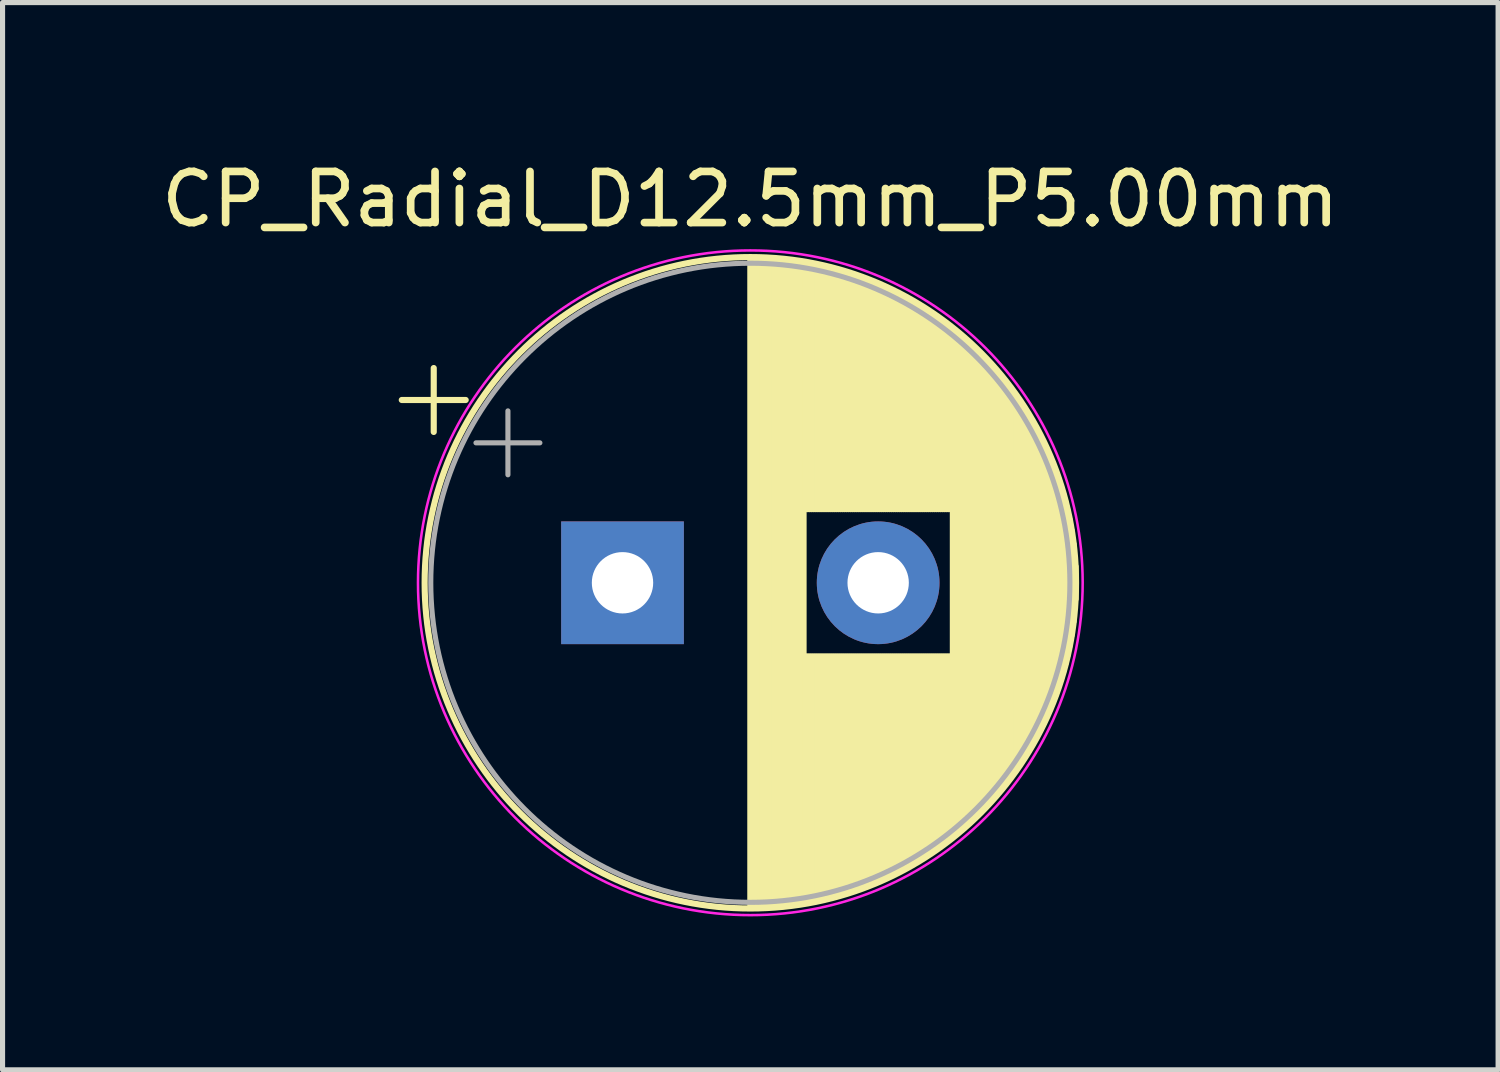
<source format=kicad_pcb>
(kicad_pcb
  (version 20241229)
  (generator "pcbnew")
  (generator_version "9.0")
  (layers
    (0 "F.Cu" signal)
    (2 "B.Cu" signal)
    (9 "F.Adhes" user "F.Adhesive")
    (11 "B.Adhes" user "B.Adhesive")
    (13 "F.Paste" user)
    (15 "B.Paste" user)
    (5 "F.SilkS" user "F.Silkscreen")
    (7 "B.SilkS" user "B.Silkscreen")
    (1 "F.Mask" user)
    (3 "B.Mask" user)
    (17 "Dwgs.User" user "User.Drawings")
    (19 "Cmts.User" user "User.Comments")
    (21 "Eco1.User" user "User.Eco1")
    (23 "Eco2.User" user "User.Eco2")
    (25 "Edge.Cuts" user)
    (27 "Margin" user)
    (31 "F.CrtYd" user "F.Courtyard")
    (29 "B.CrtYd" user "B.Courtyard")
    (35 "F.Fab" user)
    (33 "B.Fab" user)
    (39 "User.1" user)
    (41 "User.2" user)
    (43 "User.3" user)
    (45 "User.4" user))
  (footprint "CP_Radial_D12.5mm_P5.00mm"
    (layer "F.Cu")
    (at 9.125 8.348)
    (property "Reference" "CP_Radial_D12.5mm_P5.00mm" (at 2.5 -7.5 0) (layer "F.SilkS") (effects (font (size 1 1) (thickness 0.15))))
    (attr through_hole)
    (fp_line (start -4.317 -3.575) (end -3.067 -3.575) (stroke (width 0.12) (type solid)) (layer "F.SilkS"))
    (fp_line (start -3.692 -4.2) (end -3.692 -2.95) (stroke (width 0.12) (type solid)) (layer "F.SilkS"))
    (fp_line (start 2.5 -6.33) (end 2.5 6.33) (stroke (width 0.12) (type solid)) (layer "F.SilkS"))
    (fp_line (start 2.54 -6.33) (end 2.54 6.33) (stroke (width 0.12) (type solid)) (layer "F.SilkS"))
    (fp_line (start 2.58 -6.33) (end 2.58 6.33) (stroke (width 0.12) (type solid)) (layer "F.SilkS"))
    (fp_line (start 2.62 -6.329) (end 2.62 6.329) (stroke (width 0.12) (type solid)) (layer "F.SilkS"))
    (fp_line (start 2.66 -6.328) (end 2.66 6.328) (stroke (width 0.12) (type solid)) (layer "F.SilkS"))
    (fp_line (start 2.7 -6.327) (end 2.7 6.327) (stroke (width 0.12) (type solid)) (layer "F.SilkS"))
    (fp_line (start 2.74 -6.326) (end 2.74 6.326) (stroke (width 0.12) (type solid)) (layer "F.SilkS"))
    (fp_line (start 2.78 -6.324) (end 2.78 6.324) (stroke (width 0.12) (type solid)) (layer "F.SilkS"))
    (fp_line (start 2.82 -6.322) (end 2.82 6.322) (stroke (width 0.12) (type solid)) (layer "F.SilkS"))
    (fp_line (start 2.86 -6.32) (end 2.86 6.32) (stroke (width 0.12) (type solid)) (layer "F.SilkS"))
    (fp_line (start 2.9 -6.318) (end 2.9 6.318) (stroke (width 0.12) (type solid)) (layer "F.SilkS"))
    (fp_line (start 2.94 -6.315) (end 2.94 6.315) (stroke (width 0.12) (type solid)) (layer "F.SilkS"))
    (fp_line (start 2.98 -6.312) (end 2.98 6.312) (stroke (width 0.12) (type solid)) (layer "F.SilkS"))
    (fp_line (start 3.02 -6.309) (end 3.02 6.309) (stroke (width 0.12) (type solid)) (layer "F.SilkS"))
    (fp_line (start 3.06 -6.306) (end 3.06 6.306) (stroke (width 0.12) (type solid)) (layer "F.SilkS"))
    (fp_line (start 3.1 -6.302) (end 3.1 6.302) (stroke (width 0.12) (type solid)) (layer "F.SilkS"))
    (fp_line (start 3.14 -6.298) (end 3.14 6.298) (stroke (width 0.12) (type solid)) (layer "F.SilkS"))
    (fp_line (start 3.18 -6.294) (end 3.18 6.294) (stroke (width 0.12) (type solid)) (layer "F.SilkS"))
    (fp_line (start 3.221 -6.29) (end 3.221 6.29) (stroke (width 0.12) (type solid)) (layer "F.SilkS"))
    (fp_line (start 3.261 -6.285) (end 3.261 6.285) (stroke (width 0.12) (type solid)) (layer "F.SilkS"))
    (fp_line (start 3.301 -6.28) (end 3.301 6.28) (stroke (width 0.12) (type solid)) (layer "F.SilkS"))
    (fp_line (start 3.341 -6.275) (end 3.341 6.275) (stroke (width 0.12) (type solid)) (layer "F.SilkS"))
    (fp_line (start 3.381 -6.269) (end 3.381 6.269) (stroke (width 0.12) (type solid)) (layer "F.SilkS"))
    (fp_line (start 3.421 -6.264) (end 3.421 6.264) (stroke (width 0.12) (type solid)) (layer "F.SilkS"))
    (fp_line (start 3.461 -6.258) (end 3.461 6.258) (stroke (width 0.12) (type solid)) (layer "F.SilkS"))
    (fp_line (start 3.501 -6.252) (end 3.501 6.252) (stroke (width 0.12) (type solid)) (layer "F.SilkS"))
    (fp_line (start 3.541 -6.245) (end 3.541 6.245) (stroke (width 0.12) (type solid)) (layer "F.SilkS"))
    (fp_line (start 3.581 -6.238) (end 3.581 -1.44) (stroke (width 0.12) (type solid)) (layer "F.SilkS"))
    (fp_line (start 3.581 1.44) (end 3.581 6.238) (stroke (width 0.12) (type solid)) (layer "F.SilkS"))
    (fp_line (start 3.621 -6.231) (end 3.621 -1.44) (stroke (width 0.12) (type solid)) (layer "F.SilkS"))
    (fp_line (start 3.621 1.44) (end 3.621 6.231) (stroke (width 0.12) (type solid)) (layer "F.SilkS"))
    (fp_line (start 3.661 -6.224) (end 3.661 -1.44) (stroke (width 0.12) (type solid)) (layer "F.SilkS"))
    (fp_line (start 3.661 1.44) (end 3.661 6.224) (stroke (width 0.12) (type solid)) (layer "F.SilkS"))
    (fp_line (start 3.701 -6.216) (end 3.701 -1.44) (stroke (width 0.12) (type solid)) (layer "F.SilkS"))
    (fp_line (start 3.701 1.44) (end 3.701 6.216) (stroke (width 0.12) (type solid)) (layer "F.SilkS"))
    (fp_line (start 3.741 -6.209) (end 3.741 -1.44) (stroke (width 0.12) (type solid)) (layer "F.SilkS"))
    (fp_line (start 3.741 1.44) (end 3.741 6.209) (stroke (width 0.12) (type solid)) (layer "F.SilkS"))
    (fp_line (start 3.781 -6.201) (end 3.781 -1.44) (stroke (width 0.12) (type solid)) (layer "F.SilkS"))
    (fp_line (start 3.781 1.44) (end 3.781 6.201) (stroke (width 0.12) (type solid)) (layer "F.SilkS"))
    (fp_line (start 3.821 -6.192) (end 3.821 -1.44) (stroke (width 0.12) (type solid)) (layer "F.SilkS"))
    (fp_line (start 3.821 1.44) (end 3.821 6.192) (stroke (width 0.12) (type solid)) (layer "F.SilkS"))
    (fp_line (start 3.861 -6.184) (end 3.861 -1.44) (stroke (width 0.12) (type solid)) (layer "F.SilkS"))
    (fp_line (start 3.861 1.44) (end 3.861 6.184) (stroke (width 0.12) (type solid)) (layer "F.SilkS"))
    (fp_line (start 3.901 -6.175) (end 3.901 -1.44) (stroke (width 0.12) (type solid)) (layer "F.SilkS"))
    (fp_line (start 3.901 1.44) (end 3.901 6.175) (stroke (width 0.12) (type solid)) (layer "F.SilkS"))
    (fp_line (start 3.941 -6.166) (end 3.941 -1.44) (stroke (width 0.12) (type solid)) (layer "F.SilkS"))
    (fp_line (start 3.941 1.44) (end 3.941 6.166) (stroke (width 0.12) (type solid)) (layer "F.SilkS"))
    (fp_line (start 3.981 -6.156) (end 3.981 -1.44) (stroke (width 0.12) (type solid)) (layer "F.SilkS"))
    (fp_line (start 3.981 1.44) (end 3.981 6.156) (stroke (width 0.12) (type solid)) (layer "F.SilkS"))
    (fp_line (start 4.021 -6.146) (end 4.021 -1.44) (stroke (width 0.12) (type solid)) (layer "F.SilkS"))
    (fp_line (start 4.021 1.44) (end 4.021 6.146) (stroke (width 0.12) (type solid)) (layer "F.SilkS"))
    (fp_line (start 4.061 -6.137) (end 4.061 -1.44) (stroke (width 0.12) (type solid)) (layer "F.SilkS"))
    (fp_line (start 4.061 1.44) (end 4.061 6.137) (stroke (width 0.12) (type solid)) (layer "F.SilkS"))
    (fp_line (start 4.101 -6.126) (end 4.101 -1.44) (stroke (width 0.12) (type solid)) (layer "F.SilkS"))
    (fp_line (start 4.101 1.44) (end 4.101 6.126) (stroke (width 0.12) (type solid)) (layer "F.SilkS"))
    (fp_line (start 4.141 -6.116) (end 4.141 -1.44) (stroke (width 0.12) (type solid)) (layer "F.SilkS"))
    (fp_line (start 4.141 1.44) (end 4.141 6.116) (stroke (width 0.12) (type solid)) (layer "F.SilkS"))
    (fp_line (start 4.181 -6.105) (end 4.181 -1.44) (stroke (width 0.12) (type solid)) (layer "F.SilkS"))
    (fp_line (start 4.181 1.44) (end 4.181 6.105) (stroke (width 0.12) (type solid)) (layer "F.SilkS"))
    (fp_line (start 4.221 -6.094) (end 4.221 -1.44) (stroke (width 0.12) (type solid)) (layer "F.SilkS"))
    (fp_line (start 4.221 1.44) (end 4.221 6.094) (stroke (width 0.12) (type solid)) (layer "F.SilkS"))
    (fp_line (start 4.261 -6.083) (end 4.261 -1.44) (stroke (width 0.12) (type solid)) (layer "F.SilkS"))
    (fp_line (start 4.261 1.44) (end 4.261 6.083) (stroke (width 0.12) (type solid)) (layer "F.SilkS"))
    (fp_line (start 4.301 -6.071) (end 4.301 -1.44) (stroke (width 0.12) (type solid)) (layer "F.SilkS"))
    (fp_line (start 4.301 1.44) (end 4.301 6.071) (stroke (width 0.12) (type solid)) (layer "F.SilkS"))
    (fp_line (start 4.341 -6.059) (end 4.341 -1.44) (stroke (width 0.12) (type solid)) (layer "F.SilkS"))
    (fp_line (start 4.341 1.44) (end 4.341 6.059) (stroke (width 0.12) (type solid)) (layer "F.SilkS"))
    (fp_line (start 4.381 -6.047) (end 4.381 -1.44) (stroke (width 0.12) (type solid)) (layer "F.SilkS"))
    (fp_line (start 4.381 1.44) (end 4.381 6.047) (stroke (width 0.12) (type solid)) (layer "F.SilkS"))
    (fp_line (start 4.421 -6.034) (end 4.421 -1.44) (stroke (width 0.12) (type solid)) (layer "F.SilkS"))
    (fp_line (start 4.421 1.44) (end 4.421 6.034) (stroke (width 0.12) (type solid)) (layer "F.SilkS"))
    (fp_line (start 4.461 -6.021) (end 4.461 -1.44) (stroke (width 0.12) (type solid)) (layer "F.SilkS"))
    (fp_line (start 4.461 1.44) (end 4.461 6.021) (stroke (width 0.12) (type solid)) (layer "F.SilkS"))
    (fp_line (start 4.501 -6.008) (end 4.501 -1.44) (stroke (width 0.12) (type solid)) (layer "F.SilkS"))
    (fp_line (start 4.501 1.44) (end 4.501 6.008) (stroke (width 0.12) (type solid)) (layer "F.SilkS"))
    (fp_line (start 4.541 -5.995) (end 4.541 -1.44) (stroke (width 0.12) (type solid)) (layer "F.SilkS"))
    (fp_line (start 4.541 1.44) (end 4.541 5.995) (stroke (width 0.12) (type solid)) (layer "F.SilkS"))
    (fp_line (start 4.581 -5.981) (end 4.581 -1.44) (stroke (width 0.12) (type solid)) (layer "F.SilkS"))
    (fp_line (start 4.581 1.44) (end 4.581 5.981) (stroke (width 0.12) (type solid)) (layer "F.SilkS"))
    (fp_line (start 4.621 -5.967) (end 4.621 -1.44) (stroke (width 0.12) (type solid)) (layer "F.SilkS"))
    (fp_line (start 4.621 1.44) (end 4.621 5.967) (stroke (width 0.12) (type solid)) (layer "F.SilkS"))
    (fp_line (start 4.661 -5.953) (end 4.661 -1.44) (stroke (width 0.12) (type solid)) (layer "F.SilkS"))
    (fp_line (start 4.661 1.44) (end 4.661 5.953) (stroke (width 0.12) (type solid)) (layer "F.SilkS"))
    (fp_line (start 4.701 -5.939) (end 4.701 -1.44) (stroke (width 0.12) (type solid)) (layer "F.SilkS"))
    (fp_line (start 4.701 1.44) (end 4.701 5.939) (stroke (width 0.12) (type solid)) (layer "F.SilkS"))
    (fp_line (start 4.741 -5.924) (end 4.741 -1.44) (stroke (width 0.12) (type solid)) (layer "F.SilkS"))
    (fp_line (start 4.741 1.44) (end 4.741 5.924) (stroke (width 0.12) (type solid)) (layer "F.SilkS"))
    (fp_line (start 4.781 -5.908) (end 4.781 -1.44) (stroke (width 0.12) (type solid)) (layer "F.SilkS"))
    (fp_line (start 4.781 1.44) (end 4.781 5.908) (stroke (width 0.12) (type solid)) (layer "F.SilkS"))
    (fp_line (start 4.821 -5.893) (end 4.821 -1.44) (stroke (width 0.12) (type solid)) (layer "F.SilkS"))
    (fp_line (start 4.821 1.44) (end 4.821 5.893) (stroke (width 0.12) (type solid)) (layer "F.SilkS"))
    (fp_line (start 4.861 -5.877) (end 4.861 -1.44) (stroke (width 0.12) (type solid)) (layer "F.SilkS"))
    (fp_line (start 4.861 1.44) (end 4.861 5.877) (stroke (width 0.12) (type solid)) (layer "F.SilkS"))
    (fp_line (start 4.901 -5.861) (end 4.901 -1.44) (stroke (width 0.12) (type solid)) (layer "F.SilkS"))
    (fp_line (start 4.901 1.44) (end 4.901 5.861) (stroke (width 0.12) (type solid)) (layer "F.SilkS"))
    (fp_line (start 4.941 -5.845) (end 4.941 -1.44) (stroke (width 0.12) (type solid)) (layer "F.SilkS"))
    (fp_line (start 4.941 1.44) (end 4.941 5.845) (stroke (width 0.12) (type solid)) (layer "F.SilkS"))
    (fp_line (start 4.981 -5.828) (end 4.981 -1.44) (stroke (width 0.12) (type solid)) (layer "F.SilkS"))
    (fp_line (start 4.981 1.44) (end 4.981 5.828) (stroke (width 0.12) (type solid)) (layer "F.SilkS"))
    (fp_line (start 5.021 -5.811) (end 5.021 -1.44) (stroke (width 0.12) (type solid)) (layer "F.SilkS"))
    (fp_line (start 5.021 1.44) (end 5.021 5.811) (stroke (width 0.12) (type solid)) (layer "F.SilkS"))
    (fp_line (start 5.061 -5.793) (end 5.061 -1.44) (stroke (width 0.12) (type solid)) (layer "F.SilkS"))
    (fp_line (start 5.061 1.44) (end 5.061 5.793) (stroke (width 0.12) (type solid)) (layer "F.SilkS"))
    (fp_line (start 5.101 -5.776) (end 5.101 -1.44) (stroke (width 0.12) (type solid)) (layer "F.SilkS"))
    (fp_line (start 5.101 1.44) (end 5.101 5.776) (stroke (width 0.12) (type solid)) (layer "F.SilkS"))
    (fp_line (start 5.141 -5.758) (end 5.141 -1.44) (stroke (width 0.12) (type solid)) (layer "F.SilkS"))
    (fp_line (start 5.141 1.44) (end 5.141 5.758) (stroke (width 0.12) (type solid)) (layer "F.SilkS"))
    (fp_line (start 5.181 -5.739) (end 5.181 -1.44) (stroke (width 0.12) (type solid)) (layer "F.SilkS"))
    (fp_line (start 5.181 1.44) (end 5.181 5.739) (stroke (width 0.12) (type solid)) (layer "F.SilkS"))
    (fp_line (start 5.221 -5.721) (end 5.221 -1.44) (stroke (width 0.12) (type solid)) (layer "F.SilkS"))
    (fp_line (start 5.221 1.44) (end 5.221 5.721) (stroke (width 0.12) (type solid)) (layer "F.SilkS"))
    (fp_line (start 5.261 -5.702) (end 5.261 -1.44) (stroke (width 0.12) (type solid)) (layer "F.SilkS"))
    (fp_line (start 5.261 1.44) (end 5.261 5.702) (stroke (width 0.12) (type solid)) (layer "F.SilkS"))
    (fp_line (start 5.301 -5.682) (end 5.301 -1.44) (stroke (width 0.12) (type solid)) (layer "F.SilkS"))
    (fp_line (start 5.301 1.44) (end 5.301 5.682) (stroke (width 0.12) (type solid)) (layer "F.SilkS"))
    (fp_line (start 5.341 -5.662) (end 5.341 -1.44) (stroke (width 0.12) (type solid)) (layer "F.SilkS"))
    (fp_line (start 5.341 1.44) (end 5.341 5.662) (stroke (width 0.12) (type solid)) (layer "F.SilkS"))
    (fp_line (start 5.381 -5.642) (end 5.381 -1.44) (stroke (width 0.12) (type solid)) (layer "F.SilkS"))
    (fp_line (start 5.381 1.44) (end 5.381 5.642) (stroke (width 0.12) (type solid)) (layer "F.SilkS"))
    (fp_line (start 5.421 -5.622) (end 5.421 -1.44) (stroke (width 0.12) (type solid)) (layer "F.SilkS"))
    (fp_line (start 5.421 1.44) (end 5.421 5.622) (stroke (width 0.12) (type solid)) (layer "F.SilkS"))
    (fp_line (start 5.461 -5.601) (end 5.461 -1.44) (stroke (width 0.12) (type solid)) (layer "F.SilkS"))
    (fp_line (start 5.461 1.44) (end 5.461 5.601) (stroke (width 0.12) (type solid)) (layer "F.SilkS"))
    (fp_line (start 5.501 -5.58) (end 5.501 -1.44) (stroke (width 0.12) (type solid)) (layer "F.SilkS"))
    (fp_line (start 5.501 1.44) (end 5.501 5.58) (stroke (width 0.12) (type solid)) (layer "F.SilkS"))
    (fp_line (start 5.541 -5.558) (end 5.541 -1.44) (stroke (width 0.12) (type solid)) (layer "F.SilkS"))
    (fp_line (start 5.541 1.44) (end 5.541 5.558) (stroke (width 0.12) (type solid)) (layer "F.SilkS"))
    (fp_line (start 5.581 -5.536) (end 5.581 -1.44) (stroke (width 0.12) (type solid)) (layer "F.SilkS"))
    (fp_line (start 5.581 1.44) (end 5.581 5.536) (stroke (width 0.12) (type solid)) (layer "F.SilkS"))
    (fp_line (start 5.621 -5.514) (end 5.621 -1.44) (stroke (width 0.12) (type solid)) (layer "F.SilkS"))
    (fp_line (start 5.621 1.44) (end 5.621 5.514) (stroke (width 0.12) (type solid)) (layer "F.SilkS"))
    (fp_line (start 5.661 -5.491) (end 5.661 -1.44) (stroke (width 0.12) (type solid)) (layer "F.SilkS"))
    (fp_line (start 5.661 1.44) (end 5.661 5.491) (stroke (width 0.12) (type solid)) (layer "F.SilkS"))
    (fp_line (start 5.701 -5.468) (end 5.701 -1.44) (stroke (width 0.12) (type solid)) (layer "F.SilkS"))
    (fp_line (start 5.701 1.44) (end 5.701 5.468) (stroke (width 0.12) (type solid)) (layer "F.SilkS"))
    (fp_line (start 5.741 -5.445) (end 5.741 -1.44) (stroke (width 0.12) (type solid)) (layer "F.SilkS"))
    (fp_line (start 5.741 1.44) (end 5.741 5.445) (stroke (width 0.12) (type solid)) (layer "F.SilkS"))
    (fp_line (start 5.781 -5.421) (end 5.781 -1.44) (stroke (width 0.12) (type solid)) (layer "F.SilkS"))
    (fp_line (start 5.781 1.44) (end 5.781 5.421) (stroke (width 0.12) (type solid)) (layer "F.SilkS"))
    (fp_line (start 5.821 -5.397) (end 5.821 -1.44) (stroke (width 0.12) (type solid)) (layer "F.SilkS"))
    (fp_line (start 5.821 1.44) (end 5.821 5.397) (stroke (width 0.12) (type solid)) (layer "F.SilkS"))
    (fp_line (start 5.861 -5.372) (end 5.861 -1.44) (stroke (width 0.12) (type solid)) (layer "F.SilkS"))
    (fp_line (start 5.861 1.44) (end 5.861 5.372) (stroke (width 0.12) (type solid)) (layer "F.SilkS"))
    (fp_line (start 5.901 -5.347) (end 5.901 -1.44) (stroke (width 0.12) (type solid)) (layer "F.SilkS"))
    (fp_line (start 5.901 1.44) (end 5.901 5.347) (stroke (width 0.12) (type solid)) (layer "F.SilkS"))
    (fp_line (start 5.941 -5.322) (end 5.941 -1.44) (stroke (width 0.12) (type solid)) (layer "F.SilkS"))
    (fp_line (start 5.941 1.44) (end 5.941 5.322) (stroke (width 0.12) (type solid)) (layer "F.SilkS"))
    (fp_line (start 5.981 -5.296) (end 5.981 -1.44) (stroke (width 0.12) (type solid)) (layer "F.SilkS"))
    (fp_line (start 5.981 1.44) (end 5.981 5.296) (stroke (width 0.12) (type solid)) (layer "F.SilkS"))
    (fp_line (start 6.021 -5.27) (end 6.021 -1.44) (stroke (width 0.12) (type solid)) (layer "F.SilkS"))
    (fp_line (start 6.021 1.44) (end 6.021 5.27) (stroke (width 0.12) (type solid)) (layer "F.SilkS"))
    (fp_line (start 6.061 -5.243) (end 6.061 -1.44) (stroke (width 0.12) (type solid)) (layer "F.SilkS"))
    (fp_line (start 6.061 1.44) (end 6.061 5.243) (stroke (width 0.12) (type solid)) (layer "F.SilkS"))
    (fp_line (start 6.101 -5.216) (end 6.101 -1.44) (stroke (width 0.12) (type solid)) (layer "F.SilkS"))
    (fp_line (start 6.101 1.44) (end 6.101 5.216) (stroke (width 0.12) (type solid)) (layer "F.SilkS"))
    (fp_line (start 6.141 -5.188) (end 6.141 -1.44) (stroke (width 0.12) (type solid)) (layer "F.SilkS"))
    (fp_line (start 6.141 1.44) (end 6.141 5.188) (stroke (width 0.12) (type solid)) (layer "F.SilkS"))
    (fp_line (start 6.181 -5.16) (end 6.181 -1.44) (stroke (width 0.12) (type solid)) (layer "F.SilkS"))
    (fp_line (start 6.181 1.44) (end 6.181 5.16) (stroke (width 0.12) (type solid)) (layer "F.SilkS"))
    (fp_line (start 6.221 -5.131) (end 6.221 -1.44) (stroke (width 0.12) (type solid)) (layer "F.SilkS"))
    (fp_line (start 6.221 1.44) (end 6.221 5.131) (stroke (width 0.12) (type solid)) (layer "F.SilkS"))
    (fp_line (start 6.261 -5.102) (end 6.261 -1.44) (stroke (width 0.12) (type solid)) (layer "F.SilkS"))
    (fp_line (start 6.261 1.44) (end 6.261 5.102) (stroke (width 0.12) (type solid)) (layer "F.SilkS"))
    (fp_line (start 6.301 -5.073) (end 6.301 -1.44) (stroke (width 0.12) (type solid)) (layer "F.SilkS"))
    (fp_line (start 6.301 1.44) (end 6.301 5.073) (stroke (width 0.12) (type solid)) (layer "F.SilkS"))
    (fp_line (start 6.341 -5.043) (end 6.341 -1.44) (stroke (width 0.12) (type solid)) (layer "F.SilkS"))
    (fp_line (start 6.341 1.44) (end 6.341 5.043) (stroke (width 0.12) (type solid)) (layer "F.SilkS"))
    (fp_line (start 6.381 -5.012) (end 6.381 -1.44) (stroke (width 0.12) (type solid)) (layer "F.SilkS"))
    (fp_line (start 6.381 1.44) (end 6.381 5.012) (stroke (width 0.12) (type solid)) (layer "F.SilkS"))
    (fp_line (start 6.421 -4.982) (end 6.421 -1.44) (stroke (width 0.12) (type solid)) (layer "F.SilkS"))
    (fp_line (start 6.421 1.44) (end 6.421 4.982) (stroke (width 0.12) (type solid)) (layer "F.SilkS"))
    (fp_line (start 6.461 -4.95) (end 6.461 4.95) (stroke (width 0.12) (type solid)) (layer "F.SilkS"))
    (fp_line (start 6.501 -4.918) (end 6.501 4.918) (stroke (width 0.12) (type solid)) (layer "F.SilkS"))
    (fp_line (start 6.541 -4.885) (end 6.541 4.885) (stroke (width 0.12) (type solid)) (layer "F.SilkS"))
    (fp_line (start 6.581 -4.852) (end 6.581 4.852) (stroke (width 0.12) (type solid)) (layer "F.SilkS"))
    (fp_line (start 6.621 -4.819) (end 6.621 4.819) (stroke (width 0.12) (type solid)) (layer "F.SilkS"))
    (fp_line (start 6.661 -4.785) (end 6.661 4.785) (stroke (width 0.12) (type solid)) (layer "F.SilkS"))
    (fp_line (start 6.701 -4.75) (end 6.701 4.75) (stroke (width 0.12) (type solid)) (layer "F.SilkS"))
    (fp_line (start 6.741 -4.714) (end 6.741 4.714) (stroke (width 0.12) (type solid)) (layer "F.SilkS"))
    (fp_line (start 6.781 -4.678) (end 6.781 4.678) (stroke (width 0.12) (type solid)) (layer "F.SilkS"))
    (fp_line (start 6.821 -4.642) (end 6.821 4.642) (stroke (width 0.12) (type solid)) (layer "F.SilkS"))
    (fp_line (start 6.861 -4.605) (end 6.861 4.605) (stroke (width 0.12) (type solid)) (layer "F.SilkS"))
    (fp_line (start 6.901 -4.567) (end 6.901 4.567) (stroke (width 0.12) (type solid)) (layer "F.SilkS"))
    (fp_line (start 6.941 -4.528) (end 6.941 4.528) (stroke (width 0.12) (type solid)) (layer "F.SilkS"))
    (fp_line (start 6.981 -4.489) (end 6.981 4.489) (stroke (width 0.12) (type solid)) (layer "F.SilkS"))
    (fp_line (start 7.021 -4.449) (end 7.021 4.449) (stroke (width 0.12) (type solid)) (layer "F.SilkS"))
    (fp_line (start 7.061 -4.408) (end 7.061 4.408) (stroke (width 0.12) (type solid)) (layer "F.SilkS"))
    (fp_line (start 7.101 -4.367) (end 7.101 4.367) (stroke (width 0.12) (type solid)) (layer "F.SilkS"))
    (fp_line (start 7.141 -4.325) (end 7.141 4.325) (stroke (width 0.12) (type solid)) (layer "F.SilkS"))
    (fp_line (start 7.181 -4.282) (end 7.181 4.282) (stroke (width 0.12) (type solid)) (layer "F.SilkS"))
    (fp_line (start 7.221 -4.238) (end 7.221 4.238) (stroke (width 0.12) (type solid)) (layer "F.SilkS"))
    (fp_line (start 7.261 -4.194) (end 7.261 4.194) (stroke (width 0.12) (type solid)) (layer "F.SilkS"))
    (fp_line (start 7.301 -4.148) (end 7.301 4.148) (stroke (width 0.12) (type solid)) (layer "F.SilkS"))
    (fp_line (start 7.341 -4.102) (end 7.341 4.102) (stroke (width 0.12) (type solid)) (layer "F.SilkS"))
    (fp_line (start 7.381 -4.055) (end 7.381 4.055) (stroke (width 0.12) (type solid)) (layer "F.SilkS"))
    (fp_line (start 7.421 -4.007) (end 7.421 4.007) (stroke (width 0.12) (type solid)) (layer "F.SilkS"))
    (fp_line (start 7.461 -3.957) (end 7.461 3.957) (stroke (width 0.12) (type solid)) (layer "F.SilkS"))
    (fp_line (start 7.501 -3.907) (end 7.501 3.907) (stroke (width 0.12) (type solid)) (layer "F.SilkS"))
    (fp_line (start 7.541 -3.856) (end 7.541 3.856) (stroke (width 0.12) (type solid)) (layer "F.SilkS"))
    (fp_line (start 7.581 -3.804) (end 7.581 3.804) (stroke (width 0.12) (type solid)) (layer "F.SilkS"))
    (fp_line (start 7.621 -3.75) (end 7.621 3.75) (stroke (width 0.12) (type solid)) (layer "F.SilkS"))
    (fp_line (start 7.661 -3.696) (end 7.661 3.696) (stroke (width 0.12) (type solid)) (layer "F.SilkS"))
    (fp_line (start 7.701 -3.64) (end 7.701 3.64) (stroke (width 0.12) (type solid)) (layer "F.SilkS"))
    (fp_line (start 7.741 -3.583) (end 7.741 3.583) (stroke (width 0.12) (type solid)) (layer "F.SilkS"))
    (fp_line (start 7.781 -3.524) (end 7.781 3.524) (stroke (width 0.12) (type solid)) (layer "F.SilkS"))
    (fp_line (start 7.821 -3.464) (end 7.821 3.464) (stroke (width 0.12) (type solid)) (layer "F.SilkS"))
    (fp_line (start 7.861 -3.402) (end 7.861 3.402) (stroke (width 0.12) (type solid)) (layer "F.SilkS"))
    (fp_line (start 7.901 -3.339) (end 7.901 3.339) (stroke (width 0.12) (type solid)) (layer "F.SilkS"))
    (fp_line (start 7.941 -3.275) (end 7.941 3.275) (stroke (width 0.12) (type solid)) (layer "F.SilkS"))
    (fp_line (start 7.981 -3.208) (end 7.981 3.208) (stroke (width 0.12) (type solid)) (layer "F.SilkS"))
    (fp_line (start 8.021 -3.14) (end 8.021 3.14) (stroke (width 0.12) (type solid)) (layer "F.SilkS"))
    (fp_line (start 8.061 -3.069) (end 8.061 3.069) (stroke (width 0.12) (type solid)) (layer "F.SilkS"))
    (fp_line (start 8.101 -2.996) (end 8.101 2.996) (stroke (width 0.12) (type solid)) (layer "F.SilkS"))
    (fp_line (start 8.141 -2.921) (end 8.141 2.921) (stroke (width 0.12) (type solid)) (layer "F.SilkS"))
    (fp_line (start 8.181 -2.844) (end 8.181 2.844) (stroke (width 0.12) (type solid)) (layer "F.SilkS"))
    (fp_line (start 8.221 -2.764) (end 8.221 2.764) (stroke (width 0.12) (type solid)) (layer "F.SilkS"))
    (fp_line (start 8.261 -2.681) (end 8.261 2.681) (stroke (width 0.12) (type solid)) (layer "F.SilkS"))
    (fp_line (start 8.301 -2.594) (end 8.301 2.594) (stroke (width 0.12) (type solid)) (layer "F.SilkS"))
    (fp_line (start 8.341 -2.504) (end 8.341 2.504) (stroke (width 0.12) (type solid)) (layer "F.SilkS"))
    (fp_line (start 8.381 -2.41) (end 8.381 2.41) (stroke (width 0.12) (type solid)) (layer "F.SilkS"))
    (fp_line (start 8.421 -2.312) (end 8.421 2.312) (stroke (width 0.12) (type solid)) (layer "F.SilkS"))
    (fp_line (start 8.461 -2.209) (end 8.461 2.209) (stroke (width 0.12) (type solid)) (layer "F.SilkS"))
    (fp_line (start 8.501 -2.1) (end 8.501 2.1) (stroke (width 0.12) (type solid)) (layer "F.SilkS"))
    (fp_line (start 8.541 -1.984) (end 8.541 1.984) (stroke (width 0.12) (type solid)) (layer "F.SilkS"))
    (fp_line (start 8.581 -1.861) (end 8.581 1.861) (stroke (width 0.12) (type solid)) (layer "F.SilkS"))
    (fp_line (start 8.621 -1.728) (end 8.621 1.728) (stroke (width 0.12) (type solid)) (layer "F.SilkS"))
    (fp_line (start 8.661 -1.583) (end 8.661 1.583) (stroke (width 0.12) (type solid)) (layer "F.SilkS"))
    (fp_line (start 8.701 -1.422) (end 8.701 1.422) (stroke (width 0.12) (type solid)) (layer "F.SilkS"))
    (fp_line (start 8.741 -1.241) (end 8.741 1.241) (stroke (width 0.12) (type solid)) (layer "F.SilkS"))
    (fp_line (start 8.781 -1.028) (end 8.781 1.028) (stroke (width 0.12) (type solid)) (layer "F.SilkS"))
    (fp_line (start 8.821 -0.757) (end 8.821 0.757) (stroke (width 0.12) (type solid)) (layer "F.SilkS"))
    (fp_line (start 8.861 -0.317) (end 8.861 0.317) (stroke (width 0.12) (type solid)) (layer "F.SilkS"))
    (fp_circle (center 2.5 0) (end 8.87 0) (stroke (width 0.12) (type solid)) (fill no) (layer "F.SilkS"))
    (fp_circle (center 2.5 0) (end 9 0) (stroke (width 0.05) (type solid)) (fill no) (layer "F.CrtYd"))
    (fp_line (start -2.866 -2.737) (end -1.616 -2.737) (stroke (width 0.1) (type solid)) (layer "F.Fab"))
    (fp_line (start -2.241 -3.362) (end -2.241 -2.112) (stroke (width 0.1) (type solid)) (layer "F.Fab"))
    (fp_circle (center 2.5 0) (end 8.75 0) (stroke (width 0.1) (type solid)) (fill no) (layer "F.Fab"))
    (pad "1" thru_hole rect (at 0 0) (size 2.4 2.4) (drill 1.2) (layers "*.Cu" "*.Mask"))
    (pad "2" thru_hole circle (at 5 0) (size 2.4 2.4) (drill 1.2) (layers "*.Cu" "*.Mask")))
  (gr_rect
    (start -3 -3)
    (end 26.25 17.873)
    (stroke (width 0.1) (type default))
    (fill no)
    (layer "Edge.Cuts")))
</source>
